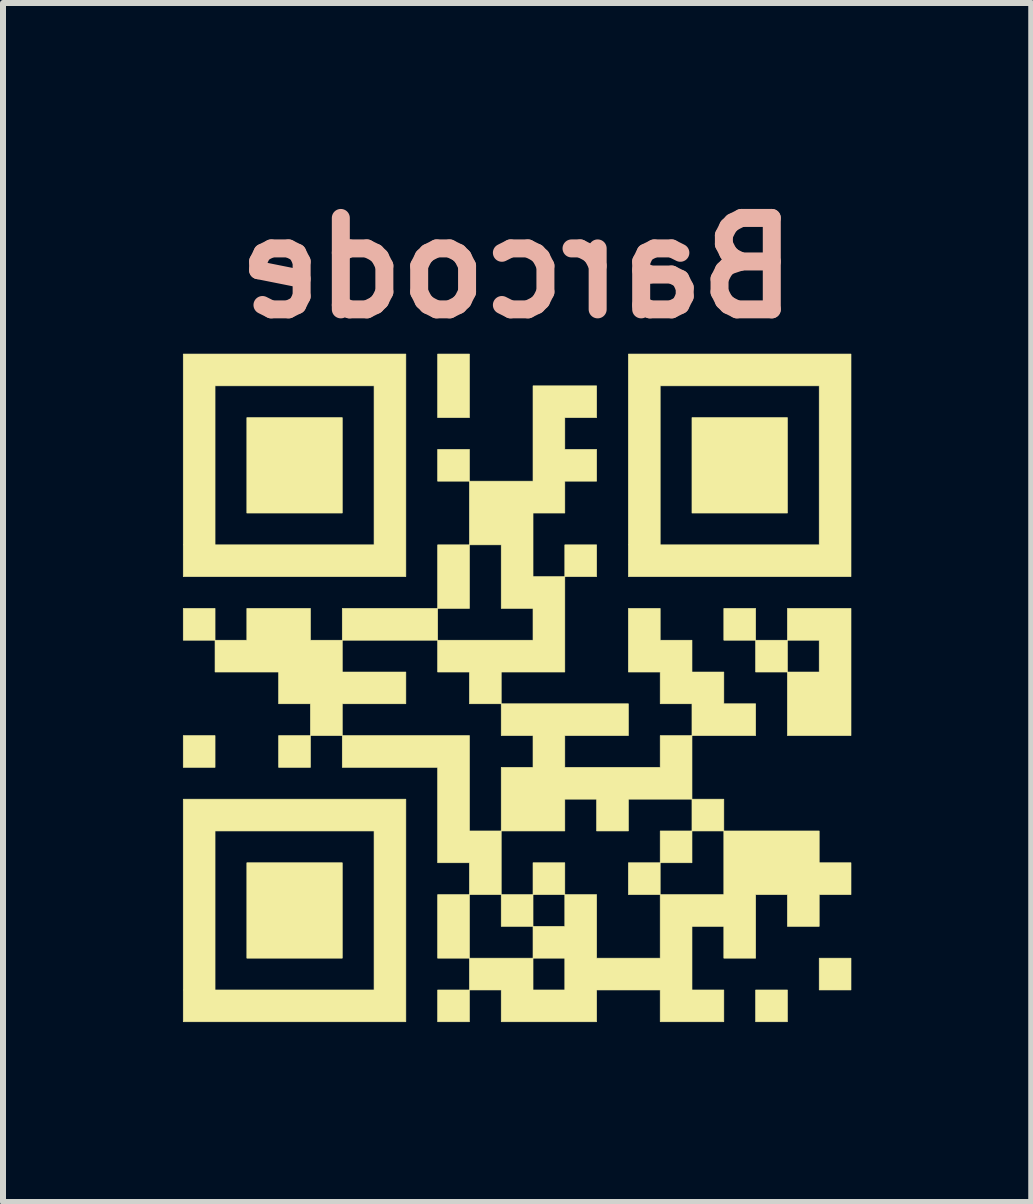
<source format=kicad_pcb>
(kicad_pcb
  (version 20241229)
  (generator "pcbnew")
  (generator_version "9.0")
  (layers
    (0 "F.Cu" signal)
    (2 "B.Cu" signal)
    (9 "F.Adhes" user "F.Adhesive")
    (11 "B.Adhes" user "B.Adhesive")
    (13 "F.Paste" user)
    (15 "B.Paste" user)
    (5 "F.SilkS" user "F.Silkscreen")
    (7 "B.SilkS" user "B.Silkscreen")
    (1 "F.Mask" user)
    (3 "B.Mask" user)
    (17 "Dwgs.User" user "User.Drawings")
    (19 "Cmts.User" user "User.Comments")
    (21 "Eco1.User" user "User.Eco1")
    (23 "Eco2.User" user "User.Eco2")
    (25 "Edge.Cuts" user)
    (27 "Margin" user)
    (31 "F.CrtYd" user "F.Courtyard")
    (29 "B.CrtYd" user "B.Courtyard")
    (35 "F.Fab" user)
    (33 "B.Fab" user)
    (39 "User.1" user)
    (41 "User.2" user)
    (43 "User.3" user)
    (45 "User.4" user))
  (footprint "Barcode"
    (layer "F.Cu")
    (at 5.571 8.418)
    (property "Reference" "Barcode" (at 0 -7 0) (layer "B.SilkS") (effects (font (size 1.524 1.524) (thickness 0.3)) (justify mirror)))
    (attr through_hole)
    (fp_poly (pts (xy -5.566 -0.795) (xy -5.566 -1.325) (xy -5.036 -1.325) (xy -5.036 -0.795) (xy -5.566 -0.795)) (stroke (width 0.01) (type solid)) (fill yes) (layer "F.SilkS"))
    (fp_poly (pts (xy -5.036 1.325) (xy -5.566 1.325) (xy -5.566 0.795) (xy -5.036 0.795) (xy -5.036 1.325)) (stroke (width 0.01) (type solid)) (fill yes) (layer "F.SilkS"))
    (fp_poly (pts (xy -3.446 1.325) (xy -3.976 1.325) (xy -3.976 0.795) (xy -3.446 0.795) (xy -3.446 1.325)) (stroke (width 0.01) (type solid)) (fill yes) (layer "F.SilkS"))
    (fp_poly (pts (xy -2.915 -2.915) (xy -4.506 -2.915) (xy -4.506 -4.506) (xy -2.915 -4.506) (xy -2.915 -2.915)) (stroke (width 0.01) (type solid)) (fill yes) (layer "F.SilkS"))
    (fp_poly (pts (xy -2.915 -1.325) (xy -1.325 -1.325) (xy -1.325 -0.795) (xy -2.915 -0.795) (xy -2.915 -1.325)) (stroke (width 0.01) (type solid)) (fill yes) (layer "F.SilkS"))
    (fp_poly (pts (xy -2.915 4.506) (xy -4.506 4.506) (xy -4.506 2.915) (xy -2.915 2.915) (xy -2.915 4.506)) (stroke (width 0.01) (type solid)) (fill yes) (layer "F.SilkS"))
    (fp_poly (pts (xy -1.325 -3.446) (xy -1.325 -3.976) (xy -0.795 -3.976) (xy -0.795 -3.446) (xy -1.325 -3.446)) (stroke (width 0.01) (type solid)) (fill yes) (layer "F.SilkS"))
    (fp_poly (pts (xy -1.325 -2.385) (xy -0.795 -2.385) (xy -0.795 -1.325) (xy -1.325 -1.325) (xy -1.325 -2.385)) (stroke (width 0.01) (type solid)) (fill yes) (layer "F.SilkS"))
    (fp_poly (pts (xy -1.325 4.506) (xy -1.325 3.446) (xy -0.795 3.446) (xy -0.795 4.506) (xy -1.325 4.506)) (stroke (width 0.01) (type solid)) (fill yes) (layer "F.SilkS"))
    (fp_poly (pts (xy -0.795 -4.506) (xy -1.325 -4.506) (xy -1.325 -5.566) (xy -0.795 -5.566) (xy -0.795 -4.506)) (stroke (width 0.01) (type solid)) (fill yes) (layer "F.SilkS"))
    (fp_poly (pts (xy -0.795 5.566) (xy -1.325 5.566) (xy -1.325 5.036) (xy -0.795 5.036) (xy -0.795 5.566)) (stroke (width 0.01) (type solid)) (fill yes) (layer "F.SilkS"))
    (fp_poly (pts (xy 0.265 2.915) (xy 0.795 2.915) (xy 0.795 3.446) (xy 0.265 3.446) (xy 0.265 2.915)) (stroke (width 0.01) (type solid)) (fill yes) (layer "F.SilkS"))
    (fp_poly (pts (xy 0.265 3.976) (xy -0.265 3.976) (xy -0.265 3.446) (xy 0.265 3.446) (xy 0.265 3.976)) (stroke (width 0.01) (type solid)) (fill yes) (layer "F.SilkS"))
    (fp_poly (pts (xy 0.795 -2.385) (xy 1.325 -2.385) (xy 1.325 -1.855) (xy 0.795 -1.855) (xy 0.795 -2.385)) (stroke (width 0.01) (type solid)) (fill yes) (layer "F.SilkS"))
    (fp_poly (pts (xy 2.385 2.385) (xy 2.915 2.385) (xy 2.915 2.915) (xy 2.385 2.915) (xy 2.385 2.385)) (stroke (width 0.01) (type solid)) (fill yes) (layer "F.SilkS"))
    (fp_poly (pts (xy 2.385 3.446) (xy 1.855 3.446) (xy 1.855 2.915) (xy 2.385 2.915) (xy 2.385 3.446)) (stroke (width 0.01) (type solid)) (fill yes) (layer "F.SilkS"))
    (fp_poly (pts (xy 2.915 2.385) (xy 2.915 1.855) (xy 3.446 1.855) (xy 3.446 2.385) (xy 2.915 2.385)) (stroke (width 0.01) (type solid)) (fill yes) (layer "F.SilkS"))
    (fp_poly (pts (xy 3.446 -0.795) (xy 3.446 -1.325) (xy 3.976 -1.325) (xy 3.976 -0.795) (xy 3.446 -0.795)) (stroke (width 0.01) (type solid)) (fill yes) (layer "F.SilkS"))
    (fp_poly (pts (xy 4.506 -2.915) (xy 2.915 -2.915) (xy 2.915 -4.506) (xy 4.506 -4.506) (xy 4.506 -2.915)) (stroke (width 0.01) (type solid)) (fill yes) (layer "F.SilkS"))
    (fp_poly (pts (xy 4.506 5.566) (xy 3.976 5.566) (xy 3.976 5.036) (xy 4.506 5.036) (xy 4.506 5.566)) (stroke (width 0.01) (type solid)) (fill yes) (layer "F.SilkS"))
    (fp_poly (pts (xy 5.566 5.036) (xy 5.036 5.036) (xy 5.036 4.506) (xy 5.566 4.506) (xy 5.566 5.036)) (stroke (width 0.01) (type solid)) (fill yes) (layer "F.SilkS"))
    (fp_poly (pts (xy -0.795 2.915) (xy -1.325 2.915) (xy -1.325 1.325) (xy -2.915 1.325) (xy -2.915 0.795) (xy -0.795 0.795) (xy -0.795 2.385) (xy -0.265 2.385) (xy -0.265 3.446) (xy -0.795 3.446) (xy -0.795 2.915)) (stroke (width 0.01) (type solid)) (fill yes) (layer "F.SilkS"))
    (fp_poly (pts (xy -1.855 -1.855) (xy -5.566 -1.855) (xy -5.566 -5.036) (xy -5.036 -5.036) (xy -5.036 -2.385) (xy -2.385 -2.385) (xy -2.385 -5.036) (xy -5.036 -5.036) (xy -5.566 -5.036) (xy -5.566 -5.566) (xy -1.855 -5.566) (xy -1.855 -1.855)) (stroke (width 0.01) (type solid)) (fill yes) (layer "F.SilkS"))
    (fp_poly (pts (xy -1.855 5.566) (xy -5.566 5.566) (xy -5.566 2.385) (xy -5.036 2.385) (xy -5.036 5.036) (xy -2.385 5.036) (xy -2.385 2.385) (xy -5.036 2.385) (xy -5.566 2.385) (xy -5.566 1.855) (xy -1.855 1.855) (xy -1.855 5.566)) (stroke (width 0.01) (type solid)) (fill yes) (layer "F.SilkS"))
    (fp_poly (pts (xy 5.566 -1.855) (xy 1.855 -1.855) (xy 1.855 -5.036) (xy 2.385 -5.036) (xy 2.385 -2.385) (xy 5.036 -2.385) (xy 5.036 -5.036) (xy 2.385 -5.036) (xy 1.855 -5.036) (xy 1.855 -5.566) (xy 5.566 -5.566) (xy 5.566 -1.855)) (stroke (width 0.01) (type solid)) (fill yes) (layer "F.SilkS"))
    (fp_poly (pts (xy 4.506 -0.795) (xy 4.506 -0.265) (xy 5.036 -0.265) (xy 5.036 -0.795) (xy 4.506 -0.795) (xy 4.506 -1.325) (xy 5.566 -1.325) (xy 5.566 0.795) (xy 4.506 0.795) (xy 4.506 -0.265) (xy 3.976 -0.265) (xy 3.976 -0.795) (xy 4.506 -0.795)) (stroke (width 0.01) (type solid)) (fill yes) (layer "F.SilkS"))
    (fp_poly (pts (xy 2.915 0.265) (xy 2.385 0.265) (xy 2.385 -0.265) (xy 1.855 -0.265) (xy 1.855 -1.325) (xy 2.385 -1.325) (xy 2.385 -0.795) (xy 2.915 -0.795) (xy 2.915 -0.265) (xy 3.446 -0.265) (xy 3.446 0.265) (xy 3.976 0.265) (xy 3.976 0.795) (xy 2.915 0.795) (xy 2.915 0.265)) (stroke (width 0.01) (type solid)) (fill yes) (layer "F.SilkS"))
    (fp_poly (pts (xy -3.446 0.265) (xy -3.976 0.265) (xy -3.976 -0.265) (xy -5.036 -0.265) (xy -5.036 -0.795) (xy -4.506 -0.795) (xy -4.506 -1.325) (xy -3.446 -1.325) (xy -3.446 -0.795) (xy -2.915 -0.795) (xy -2.915 -0.265) (xy -1.855 -0.265) (xy -1.855 0.265) (xy -2.915 0.265) (xy -2.915 0.795) (xy -3.446 0.795) (xy -3.446 0.265)) (stroke (width 0.01) (type solid)) (fill yes) (layer "F.SilkS"))
    (fp_poly (pts (xy 2.915 1.855) (xy 1.855 1.855) (xy 1.855 2.385) (xy 1.325 2.385) (xy 1.325 1.855) (xy 0.795 1.855) (xy 0.795 2.385) (xy -0.265 2.385) (xy -0.265 1.325) (xy 0.265 1.325) (xy 0.265 0.795) (xy -0.265 0.795) (xy -0.265 0.265) (xy 1.855 0.265) (xy 1.855 0.795) (xy 0.795 0.795) (xy 0.795 1.325) (xy 2.385 1.325) (xy 2.385 0.795) (xy 2.915 0.795) (xy 2.915 1.855)) (stroke (width 0.01) (type solid)) (fill yes) (layer "F.SilkS"))
    (fp_poly (pts (xy 0.795 -0.265) (xy -0.265 -0.265) (xy -0.265 0.265) (xy -0.795 0.265) (xy -0.795 -0.265) (xy -1.325 -0.265) (xy -1.325 -0.795) (xy 0.265 -0.795) (xy 0.265 -1.325) (xy -0.265 -1.325) (xy -0.265 -2.385) (xy -0.795 -2.385) (xy -0.795 -3.446) (xy 0.265 -3.446) (xy 0.265 -5.036) (xy 1.325 -5.036) (xy 1.325 -4.506) (xy 0.795 -4.506) (xy 0.795 -3.976) (xy 1.325 -3.976) (xy 1.325 -3.446) (xy 0.795 -3.446) (xy 0.795 -2.915) (xy 0.265 -2.915) (xy 0.265 -1.855) (xy 0.795 -1.855) (xy 0.795 -0.265)) (stroke (width 0.01) (type solid)) (fill yes) (layer "F.SilkS"))
    (fp_poly (pts (xy 0.265 3.976) (xy 0.795 3.976) (xy 0.795 3.446) (xy 1.325 3.446) (xy 1.325 4.506) (xy 2.385 4.506) (xy 2.385 3.446) (xy 3.446 3.446) (xy 3.446 2.385) (xy 5.036 2.385) (xy 5.036 2.915) (xy 5.566 2.915) (xy 5.566 3.446) (xy 5.036 3.446) (xy 5.036 3.976) (xy 4.506 3.976) (xy 4.506 3.446) (xy 3.976 3.446) (xy 3.976 4.506) (xy 3.446 4.506) (xy 3.446 3.976) (xy 2.915 3.976) (xy 2.915 5.036) (xy 3.446 5.036) (xy 3.446 5.566) (xy 2.385 5.566) (xy 2.385 5.036) (xy 1.325 5.036) (xy 1.325 5.566) (xy -0.265 5.566) (xy -0.265 5.036) (xy 0.265 5.036) (xy 0.795 5.036) (xy 0.795 4.506) (xy 0.265 4.506) (xy 0.265 5.036) (xy -0.265 5.036) (xy -0.795 5.036) (xy -0.795 4.506) (xy 0.265 4.506) (xy 0.265 3.976)) (stroke (width 0.01) (type solid)) (fill yes) (layer "F.SilkS")))
  (gr_rect
    (start -3 -3)
    (end 14.142 16.989)
    (stroke (width 0.1) (type default))
    (fill no)
    (layer "Edge.Cuts")))
</source>
